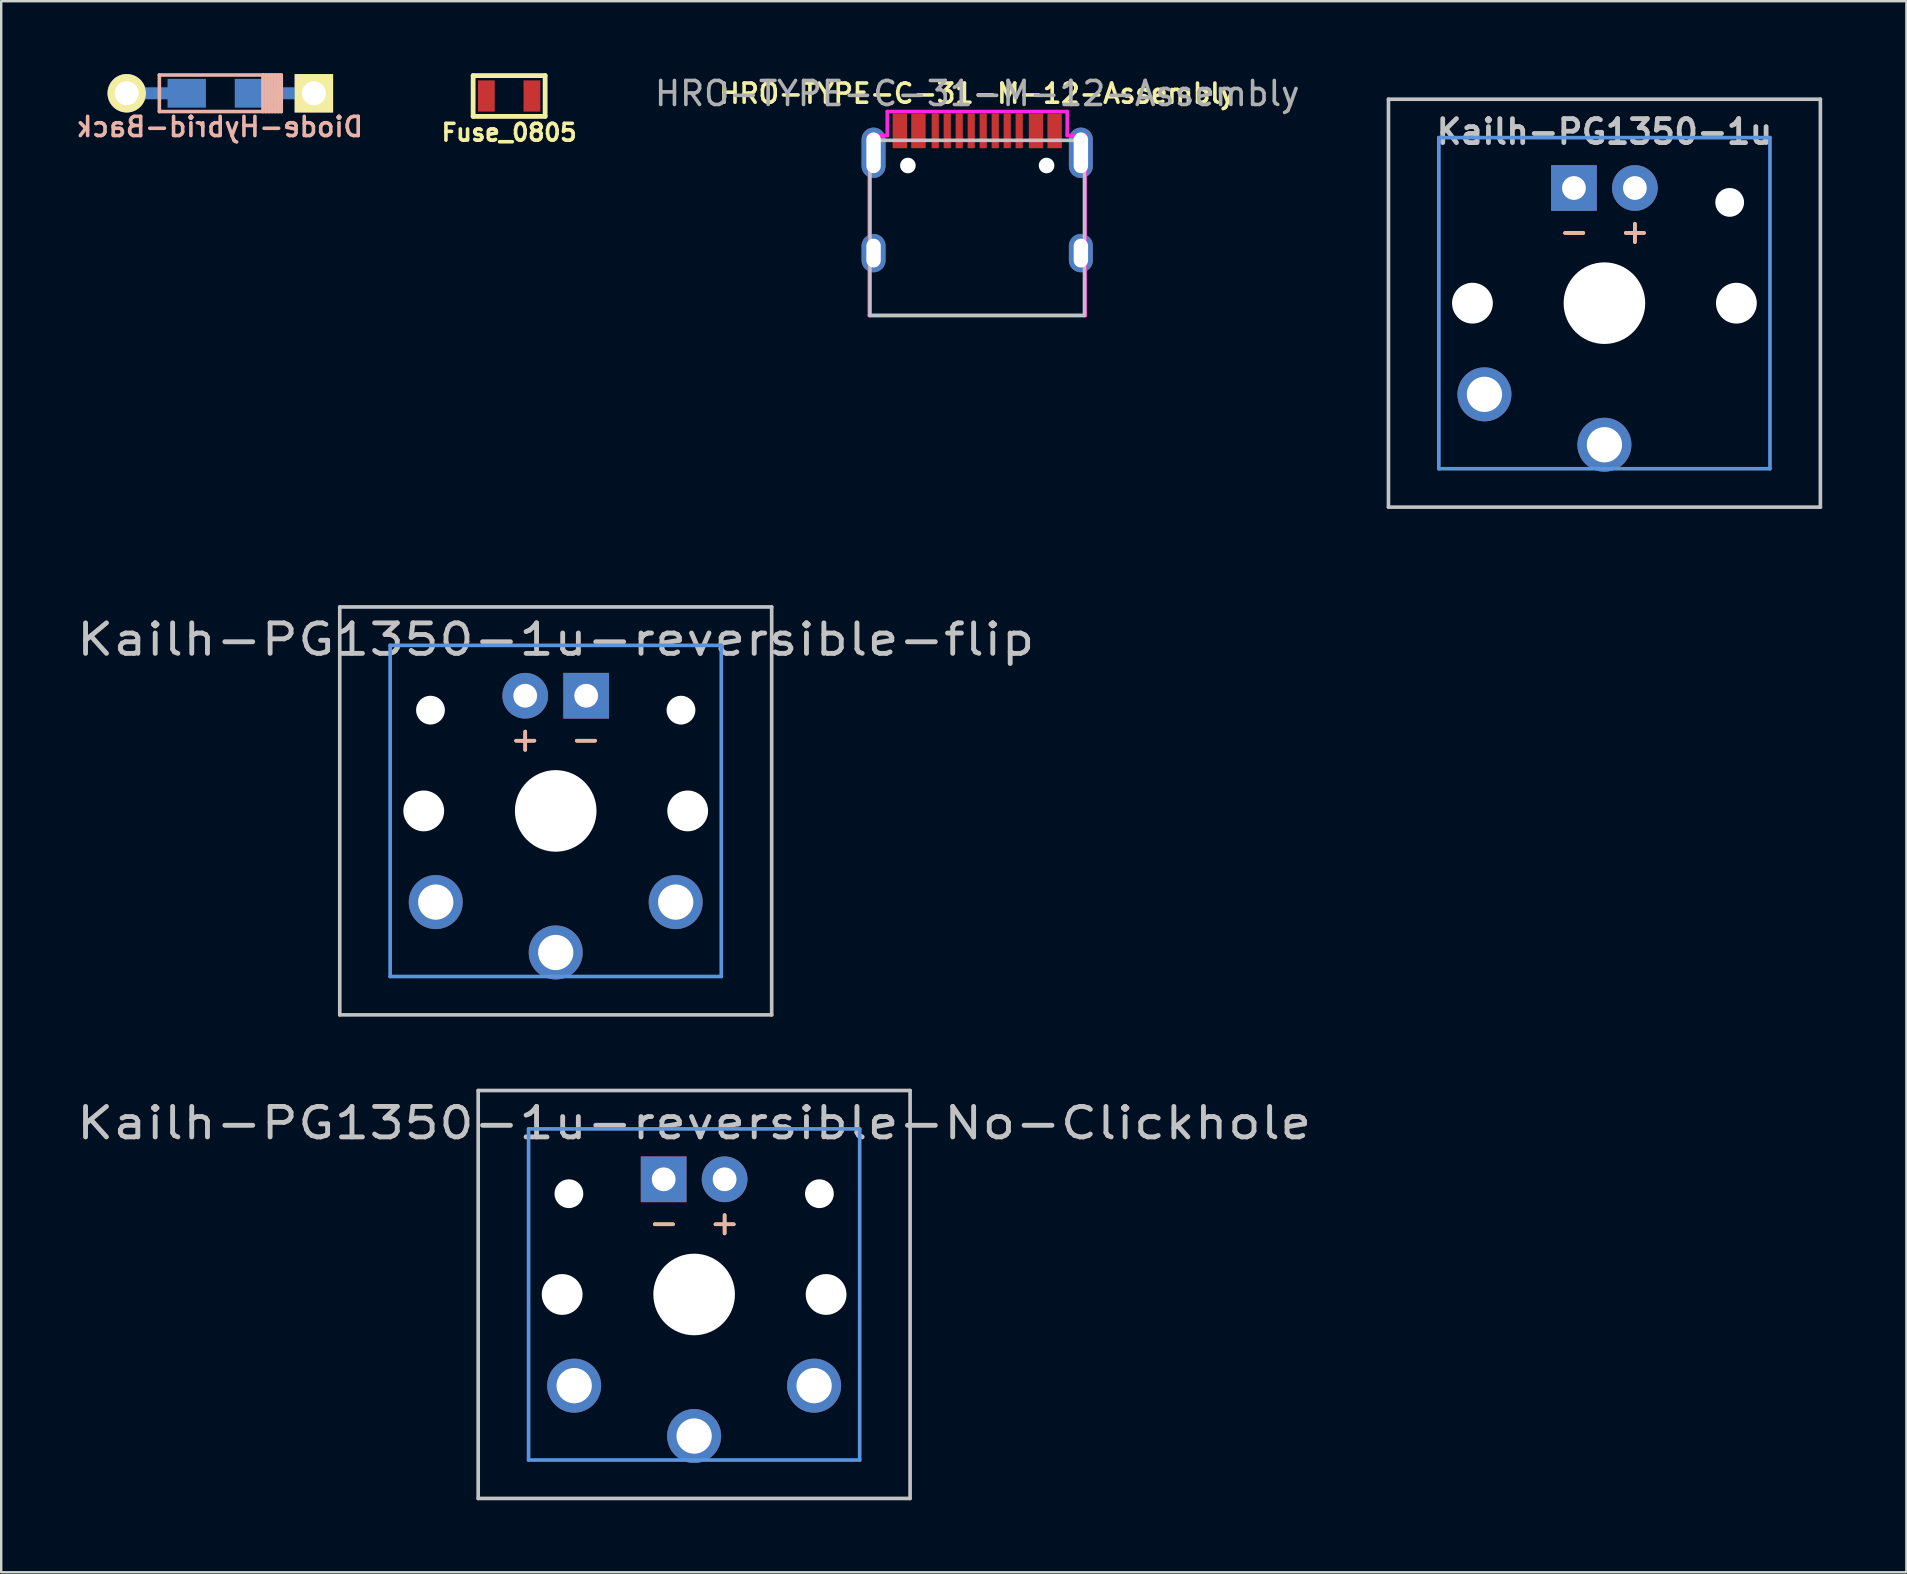
<source format=kicad_pcb>
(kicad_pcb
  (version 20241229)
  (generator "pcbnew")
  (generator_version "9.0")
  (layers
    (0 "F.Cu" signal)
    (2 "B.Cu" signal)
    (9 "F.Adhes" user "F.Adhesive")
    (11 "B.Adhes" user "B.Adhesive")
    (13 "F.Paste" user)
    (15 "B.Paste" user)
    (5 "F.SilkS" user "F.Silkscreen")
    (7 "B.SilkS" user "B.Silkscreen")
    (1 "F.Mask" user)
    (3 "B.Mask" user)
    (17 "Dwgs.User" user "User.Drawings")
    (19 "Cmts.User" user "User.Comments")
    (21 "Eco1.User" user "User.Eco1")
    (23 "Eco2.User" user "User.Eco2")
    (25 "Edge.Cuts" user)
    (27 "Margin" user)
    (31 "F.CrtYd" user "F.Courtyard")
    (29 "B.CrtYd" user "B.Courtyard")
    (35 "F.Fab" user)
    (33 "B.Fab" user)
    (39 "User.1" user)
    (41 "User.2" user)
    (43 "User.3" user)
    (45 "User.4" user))
  (footprint "Diode-Hybrid-Back"
    (layer "F.Cu")
    (at 6.132 0.837)
    (property "Reference" "Diode-Hybrid-Back" (at -0.025 1.4 0) (layer "B.SilkS") (effects (font (size 0.8 0.8) (thickness 0.15)) (justify mirror)))
    (attr smd)
    (fp_line (start -2.54 -0.762) (end -2.54 0.762) (stroke (width 0.15) (type solid)) (layer "B.SilkS"))
    (fp_line (start -2.54 0.762) (end 2.54 0.762) (stroke (width 0.15) (type solid)) (layer "B.SilkS"))
    (fp_line (start 1.778 0.762) (end 1.778 -0.762) (stroke (width 0.15) (type solid)) (layer "B.SilkS"))
    (fp_line (start 1.905 0.762) (end 1.905 -0.762) (stroke (width 0.15) (type solid)) (layer "B.SilkS"))
    (fp_line (start 2.032 -0.762) (end 2.032 0.762) (stroke (width 0.15) (type solid)) (layer "B.SilkS"))
    (fp_line (start 2.159 0.762) (end 2.159 -0.762) (stroke (width 0.15) (type solid)) (layer "B.SilkS"))
    (fp_line (start 2.286 -0.762) (end 2.286 0.762) (stroke (width 0.15) (type solid)) (layer "B.SilkS"))
    (fp_line (start 2.413 0.762) (end 2.413 -0.762) (stroke (width 0.15) (type solid)) (layer "B.SilkS"))
    (fp_line (start 2.54 -0.762) (end -2.54 -0.762) (stroke (width 0.15) (type solid)) (layer "B.SilkS"))
    (fp_line (start 2.54 0.762) (end 2.54 -0.762) (stroke (width 0.15) (type solid)) (layer "B.SilkS"))
    (pad "1" smd rect (at 1.4 0) (size 1.6 1.2) (layers "B.Cu" "B.Mask" "B.Paste"))
    (pad "1" smd rect (at 2.5 0) (size 2.9 0.5) (layers "B.Cu"))
    (pad "1" thru_hole rect (at 3.9 0) (size 1.6 1.6) (drill 1) (layers "*.Cu" "*.Mask" "F.SilkS"))
    (pad "2" thru_hole circle (at -3.9 0) (size 1.6 1.6) (drill 1) (layers "*.Cu" "*.Mask" "F.SilkS"))
    (pad "2" smd rect (at -2.5 0) (size 2.9 0.5) (layers "B.Cu"))
    (pad "2" smd rect (at -1.4 0) (size 1.6 1.2) (layers "B.Cu" "B.Mask" "B.Paste")))
  (footprint "Kailh-PG1350-1u-reversible-No-Clickhole"
    (layer "F.Cu")
    (at 25.879 50.899)
    (property "Reference" "Kailh-PG1350-1u-reversible-No-Clickhole" (at 0 -7.144 180) (layer "Dwgs.User") (effects (font (size 1.27 1.524) (thickness 0.203))))
    (attr through_hole)
    (fp_line (start -9 -8.5) (end 9 -8.5) (stroke (width 0.152) (type solid)) (layer "Dwgs.User"))
    (fp_line (start -9 8.5) (end -9 -8.5) (stroke (width 0.152) (type solid)) (layer "Dwgs.User"))
    (fp_line (start 9 -8.5) (end 9 8.5) (stroke (width 0.152) (type solid)) (layer "Dwgs.User"))
    (fp_line (start 9 8.5) (end -9 8.5) (stroke (width 0.152) (type solid)) (layer "Dwgs.User"))
    (fp_line (start -6.9 -6.9) (end 6.9 -6.9) (stroke (width 0.152) (type solid)) (layer "Cmts.User"))
    (fp_line (start -6.9 6.9) (end -6.9 -6.9) (stroke (width 0.152) (type solid)) (layer "Cmts.User"))
    (fp_line (start 6.9 -6.9) (end 6.9 6.9) (stroke (width 0.152) (type solid)) (layer "Cmts.User"))
    (fp_line (start 6.9 6.9) (end -6.9 6.9) (stroke (width 0.152) (type solid)) (layer "Cmts.User"))
    (fp_line (start -7.5 -7.5) (end 7.5 -7.5) (stroke (width 0.152) (type solid)) (layer "Eco2.User"))
    (fp_line (start -7.5 7.5) (end -7.5 -7.5) (stroke (width 0.152) (type solid)) (layer "Eco2.User"))
    (fp_line (start 7.5 -7.5) (end 7.5 7.5) (stroke (width 0.152) (type solid)) (layer "Eco2.User"))
    (fp_line (start 7.5 7.5) (end -7.5 7.5) (stroke (width 0.152) (type solid)) (layer "Eco2.User"))
    (fp_text user "-" (at -1.26 -3 180) (layer "F.SilkS") (effects (font (size 1 1) (thickness 0.15))))
    (fp_text user "+" (at 1.27 -3 180) (layer "F.SilkS") (effects (font (size 1 1) (thickness 0.15))))
    (fp_text user "+" (at 1.27 -3 180) (layer "B.SilkS") (effects (font (size 1 1) (thickness 0.15)) (justify mirror)))
    (fp_text user "-" (at -1.26 -3 180) (layer "B.SilkS") (effects (font (size 1 1) (thickness 0.15)) (justify mirror)))
    (pad "" np_thru_hole circle (at -5.5 0 180) (size 1.7 1.7) (drill 1.7) (layers "*.Cu" "*.Mask"))
    (pad "" np_thru_hole circle (at -5.22 -4.2 180) (size 1.2 1.2) (drill 1.2) (layers "*.Cu"))
    (pad "" np_thru_hole circle (at 0 0 180) (size 3.4 3.4) (drill 3.4) (layers "*.Cu" "*.Mask"))
    (pad "" np_thru_hole circle (at 5.22 -4.2 180) (size 1.2 1.2) (drill 1.2) (layers "*.Cu"))
    (pad "" np_thru_hole circle (at 5.5 0 180) (size 1.7 1.7) (drill 1.7) (layers "*.Cu" "*.Mask"))
    (pad "1" thru_hole circle (at 0 5.9 180) (size 2.25 2.25) (drill 1.47) (layers "*.Cu" "*.Mask"))
    (pad "2" thru_hole circle (at -5 3.8 41.9) (size 2.25 2.25) (drill 1.47) (layers "*.Cu" "B.Mask"))
    (pad "2" thru_hole circle (at 5 3.8 41.9) (size 2.25 2.25) (drill 1.47) (layers "*.Cu" "F.Mask"))
    (pad "3" thru_hole circle (at 1.27 -4.8 180) (size 1.905 1.905) (drill 0.991) (layers "*.Cu" "*.Mask"))
    (pad "4" thru_hole rect (at -1.27 -4.8 180) (size 1.905 1.905) (drill 0.991) (layers "*.Cu" "*.Mask")))
  (footprint "HRO-TYPE-C-31-M-12-Assembly"
    (layer "F.Cu")
    (at 37.677 6.448)
    (property "Reference" "HRO-TYPE-C-31-M-12-Assembly" (at 0 -5.6 0) (layer "F.SilkS") (effects (font (size 0.8 0.8) (thickness 0.15))))
    (attr smd)
    (fp_line (start -4.47 -3.65) (end 4.47 -3.65) (stroke (width 0.15) (type solid)) (layer "Dwgs.User"))
    (fp_line (start -4.47 3.65) (end -4.47 -3.65) (stroke (width 0.15) (type solid)) (layer "Dwgs.User"))
    (fp_line (start -4.47 3.65) (end 4.47 3.65) (stroke (width 0.15) (type solid)) (layer "Dwgs.User"))
    (fp_line (start 4.47 3.65) (end 4.47 -3.65) (stroke (width 0.15) (type solid)) (layer "Dwgs.User"))
    (fp_line (start -4.5 -3.85) (end -3.75 -3.85) (stroke (width 0.15) (type solid)) (layer "F.CrtYd"))
    (fp_line (start -4.5 3.65) (end -4.5 -3.85) (stroke (width 0.15) (type solid)) (layer "F.CrtYd"))
    (fp_line (start -3.75 -4.85) (end 3.75 -4.85) (stroke (width 0.15) (type solid)) (layer "F.CrtYd"))
    (fp_line (start -3.75 -3.85) (end -3.75 -4.85) (stroke (width 0.15) (type solid)) (layer "F.CrtYd"))
    (fp_line (start 3.75 -4.85) (end 3.75 -3.85) (stroke (width 0.15) (type solid)) (layer "F.CrtYd"))
    (fp_line (start 4.5 -3.85) (end 3.75 -3.85) (stroke (width 0.15) (type solid)) (layer "F.CrtYd"))
    (fp_line (start 4.5 -3.85) (end 4.5 3.65) (stroke (width 0.15) (type solid)) (layer "F.CrtYd"))
    (fp_line (start 4.5 3.65) (end -4.5 3.65) (stroke (width 0.15) (type solid)) (layer "F.CrtYd"))
    (fp_text user "${REFERENCE}" (at 0 -5.6 0) (layer "F.Fab") (effects (font (size 1 1) (thickness 0.15))))
    (pad "" np_thru_hole circle (at -2.89 -2.6) (size 0.65 0.65) (drill 0.65) (layers "*.Cu" "*.Mask"))
    (pad "" np_thru_hole circle (at 2.89 -2.6) (size 0.65 0.65) (drill 0.65) (layers "*.Cu" "*.Mask"))
    (pad "1" smd rect (at -3.225 -4.045) (size 0.6 1.45) (layers "F.Cu" "F.Mask" "F.Paste"))
    (pad "2" smd rect (at -2.45 -4.045) (size 0.6 1.45) (layers "F.Cu" "F.Mask" "F.Paste"))
    (pad "3" smd rect (at -1.75 -4.045) (size 0.3 1.45) (layers "F.Cu" "F.Mask" "F.Paste"))
    (pad "4" smd rect (at -1.25 -4.045) (size 0.3 1.45) (layers "F.Cu" "F.Mask" "F.Paste"))
    (pad "5" smd rect (at -0.75 -4.045) (size 0.3 1.45) (layers "F.Cu" "F.Mask" "F.Paste"))
    (pad "6" smd rect (at -0.25 -4.045) (size 0.3 1.45) (layers "F.Cu" "F.Mask" "F.Paste"))
    (pad "7" smd rect (at 0.25 -4.045) (size 0.3 1.45) (layers "F.Cu" "F.Mask" "F.Paste"))
    (pad "8" smd rect (at 0.75 -4.045) (size 0.3 1.45) (layers "F.Cu" "F.Mask" "F.Paste"))
    (pad "9" smd rect (at 1.25 -4.045) (size 0.3 1.45) (layers "F.Cu" "F.Mask" "F.Paste"))
    (pad "10" smd rect (at 1.75 -4.045) (size 0.3 1.45) (layers "F.Cu" "F.Mask" "F.Paste"))
    (pad "11" smd rect (at 2.45 -4.045) (size 0.6 1.45) (layers "F.Cu" "F.Mask" "F.Paste"))
    (pad "12" smd rect (at 3.225 -4.045) (size 0.6 1.45) (layers "F.Cu" "F.Mask" "F.Paste"))
    (pad "13" thru_hole oval (at -4.32 -3.13) (size 1 2.1) (drill oval 0.6 1.7) (layers "*.Cu" "*.Mask"))
    (pad "13" thru_hole oval (at -4.32 1.05) (size 1 1.6) (drill oval 0.6 1.2) (layers "*.Cu" "*.Mask"))
    (pad "13" thru_hole oval (at 4.32 -3.13) (size 1 2.1) (drill oval 0.6 1.7) (layers "*.Cu" "*.Mask"))
    (pad "13" thru_hole oval (at 4.32 1.05) (size 1 1.6) (drill oval 0.6 1.2) (layers "*.Cu" "*.Mask")))
  (footprint "Fuse_0805"
    (layer "F.Cu")
    (at 18.169 0.95)
    (property "Reference" "Fuse_0805" (at 0 1.524 180) (layer "F.SilkS") (effects (font (size 0.7 0.7) (thickness 0.15))))
    (attr smd)
    (fp_line (start -1.5 -0.85) (end -1.5 0.85) (stroke (width 0.2) (type solid)) (layer "F.SilkS"))
    (fp_line (start -1.5 -0.85) (end 1.5 -0.85) (stroke (width 0.2) (type solid)) (layer "F.SilkS"))
    (fp_line (start -1.5 0.85) (end 1.5 0.85) (stroke (width 0.2) (type solid)) (layer "F.SilkS"))
    (fp_line (start 1.5 -0.85) (end 1.5 0.85) (stroke (width 0.2) (type solid)) (layer "F.SilkS"))
    (pad "1" smd rect (at -0.95 0) (size 0.7 1.3) (layers "F.Cu" "F.Mask" "F.Paste"))
    (pad "2" smd rect (at 0.95 0) (size 0.7 1.3) (layers "F.Cu" "F.Mask" "F.Paste")))
  (footprint "Kailh-PG1350-1u-reversible-flip"
    (layer "F.Cu")
    (at 20.11 30.746)
    (property "Reference" "Kailh-PG1350-1u-reversible-flip" (at 0 -7.144 180) (layer "Dwgs.User") (effects (font (size 1.27 1.524) (thickness 0.203))))
    (attr through_hole)
    (fp_line (start -9 -8.5) (end 9 -8.5) (stroke (width 0.152) (type solid)) (layer "Dwgs.User"))
    (fp_line (start -9 8.5) (end -9 -8.5) (stroke (width 0.152) (type solid)) (layer "Dwgs.User"))
    (fp_line (start 9 -8.5) (end 9 8.5) (stroke (width 0.152) (type solid)) (layer "Dwgs.User"))
    (fp_line (start 9 8.5) (end -9 8.5) (stroke (width 0.152) (type solid)) (layer "Dwgs.User"))
    (fp_line (start -6.9 -6.9) (end 6.9 -6.9) (stroke (width 0.152) (type solid)) (layer "Cmts.User"))
    (fp_line (start -6.9 6.9) (end -6.9 -6.9) (stroke (width 0.152) (type solid)) (layer "Cmts.User"))
    (fp_line (start 6.9 -6.9) (end 6.9 6.9) (stroke (width 0.152) (type solid)) (layer "Cmts.User"))
    (fp_line (start 6.9 6.9) (end -6.9 6.9) (stroke (width 0.152) (type solid)) (layer "Cmts.User"))
    (fp_line (start -7.5 -7.5) (end 7.5 -7.5) (stroke (width 0.152) (type solid)) (layer "Eco2.User"))
    (fp_line (start -7.5 7.5) (end -7.5 -7.5) (stroke (width 0.152) (type solid)) (layer "Eco2.User"))
    (fp_line (start 7.5 -7.5) (end 7.5 7.5) (stroke (width 0.152) (type solid)) (layer "Eco2.User"))
    (fp_line (start 7.5 7.5) (end -7.5 7.5) (stroke (width 0.152) (type solid)) (layer "Eco2.User"))
    (fp_text user "+" (at -1.27 -3 0) (layer "F.SilkS") (effects (font (size 1 1) (thickness 0.15))))
    (fp_text user "-" (at 1.26 -3 0) (layer "F.SilkS") (effects (font (size 1 1) (thickness 0.15))))
    (fp_text user "+" (at -1.27 -3 0) (layer "B.SilkS") (effects (font (size 1 1) (thickness 0.15)) (justify mirror)))
    (fp_text user "-" (at 1.26 -3 0) (layer "B.SilkS") (effects (font (size 1 1) (thickness 0.15)) (justify mirror)))
    (pad "" np_thru_hole circle (at -5.5 0 180) (size 1.7 1.7) (drill 1.7) (layers "*.Cu"))
    (pad "" np_thru_hole circle (at -5.22 -4.2 180) (size 1.2 1.2) (drill 1.2) (layers "*.Cu"))
    (pad "" np_thru_hole circle (at 0 0 180) (size 3.4 3.4) (drill 3.4) (layers "*.Cu"))
    (pad "" np_thru_hole circle (at 5.22 -4.2 180) (size 1.2 1.2) (drill 1.2) (layers "*.Cu"))
    (pad "" np_thru_hole circle (at 5.5 0 180) (size 1.7 1.7) (drill 1.7) (layers "*.Cu"))
    (pad "1" thru_hole circle (at 0 5.9 180) (size 2.25 2.25) (drill 1.47) (layers "*.Cu" "*.Mask"))
    (pad "2" thru_hole circle (at -5 3.8 41.9) (size 2.25 2.25) (drill 1.47) (layers "*.Cu" "*.Mask"))
    (pad "2" thru_hole circle (at 5 3.8 41.9) (size 2.25 2.25) (drill 1.47) (layers "*.Cu" "*.Mask"))
    (pad "3" thru_hole circle (at -1.27 -4.8 180) (size 1.905 1.905) (drill 0.991) (layers "*.Cu" "*.Mask"))
    (pad "4" thru_hole rect (at 1.27 -4.8 180) (size 1.905 1.905) (drill 0.991) (layers "*.Cu" "*.Mask")))
  (footprint "Kailh-PG1350-1u"
    (layer "F.Cu")
    (at 63.816 9.585)
    (property "Reference" "Kailh-PG1350-1u" (at 0 -7.144 180) (layer "Dwgs.User") (effects (font (size 1 1) (thickness 0.2))))
    (attr through_hole)
    (fp_line (start -9 -8.5) (end 9 -8.5) (stroke (width 0.152) (type solid)) (layer "Dwgs.User"))
    (fp_line (start -9 8.5) (end -9 -8.5) (stroke (width 0.152) (type solid)) (layer "Dwgs.User"))
    (fp_line (start 9 -8.5) (end 9 8.5) (stroke (width 0.152) (type solid)) (layer "Dwgs.User"))
    (fp_line (start 9 8.5) (end -9 8.5) (stroke (width 0.152) (type solid)) (layer "Dwgs.User"))
    (fp_line (start -6.9 -6.9) (end 6.9 -6.9) (stroke (width 0.152) (type solid)) (layer "Cmts.User"))
    (fp_line (start -6.9 6.9) (end -6.9 -6.9) (stroke (width 0.152) (type solid)) (layer "Cmts.User"))
    (fp_line (start 6.9 -6.9) (end 6.9 6.9) (stroke (width 0.152) (type solid)) (layer "Cmts.User"))
    (fp_line (start 6.9 6.9) (end -6.9 6.9) (stroke (width 0.152) (type solid)) (layer "Cmts.User"))
    (fp_line (start -9.525 -9.525) (end -9.525 9.525) (stroke (width 0.12) (type solid)) (layer "Eco1.User"))
    (fp_line (start -9.525 -9.525) (end 9.525 -9.525) (stroke (width 0.12) (type solid)) (layer "Eco1.User"))
    (fp_line (start -9.525 9.525) (end 9.525 9.525) (stroke (width 0.12) (type solid)) (layer "Eco1.User"))
    (fp_line (start 9.525 -9.525) (end 9.525 9.525) (stroke (width 0.12) (type solid)) (layer "Eco1.User"))
    (fp_line (start -7.5 -7.5) (end 7.5 -7.5) (stroke (width 0.152) (type solid)) (layer "Eco2.User"))
    (fp_line (start -7.5 7.5) (end -7.5 -7.5) (stroke (width 0.152) (type solid)) (layer "Eco2.User"))
    (fp_line (start 7.5 -7.5) (end 7.5 7.5) (stroke (width 0.152) (type solid)) (layer "Eco2.User"))
    (fp_line (start 7.5 7.5) (end -7.5 7.5) (stroke (width 0.152) (type solid)) (layer "Eco2.User"))
    (fp_text user "+" (at 1.27 -3 180) (layer "F.SilkS") (effects (font (size 1 1) (thickness 0.15))))
    (fp_text user "-" (at -1.26 -3 180) (layer "F.SilkS") (effects (font (size 1 1) (thickness 0.15))))
    (fp_text user "-" (at -1.26 -3 180) (layer "B.SilkS") (effects (font (size 1 1) (thickness 0.15)) (justify mirror)))
    (fp_text user "+" (at 1.27 -3 180) (layer "B.SilkS") (effects (font (size 1 1) (thickness 0.15)) (justify mirror)))
    (pad "" np_thru_hole circle (at -5.5 0 180) (size 1.7 1.7) (drill 1.7) (layers "*.Cu" "*.Mask"))
    (pad "" np_thru_hole circle (at 0 0 180) (size 3.4 3.4) (drill 3.4) (layers "*.Cu" "*.Mask"))
    (pad "" np_thru_hole circle (at 5.22 -4.2 180) (size 1.2 1.2) (drill 1.2) (layers "*.Cu" "*.Mask"))
    (pad "" np_thru_hole circle (at 5.5 0 180) (size 1.7 1.7) (drill 1.7) (layers "*.Cu" "*.Mask"))
    (pad "1" thru_hole circle (at 0 5.9 180) (size 2.25 2.25) (drill 1.47) (layers "*.Cu" "*.Mask"))
    (pad "2" thru_hole circle (at -5 3.8 41.9) (size 2.25 2.25) (drill 1.47) (layers "*.Cu" "*.Mask"))
    (pad "3" thru_hole circle (at 1.27 -4.8 180) (size 1.905 1.905) (drill 0.991) (layers "*.Cu" "*.Mask"))
    (pad "4" thru_hole rect (at -1.27 -4.8 180) (size 1.905 1.905) (drill 0.991) (layers "*.Cu" "*.Mask")))
  (gr_rect
    (start -3 -3)
    (end 76.401 62.475)
    (stroke (width 0.1) (type default))
    (fill no)
    (layer "Edge.Cuts")))
</source>
